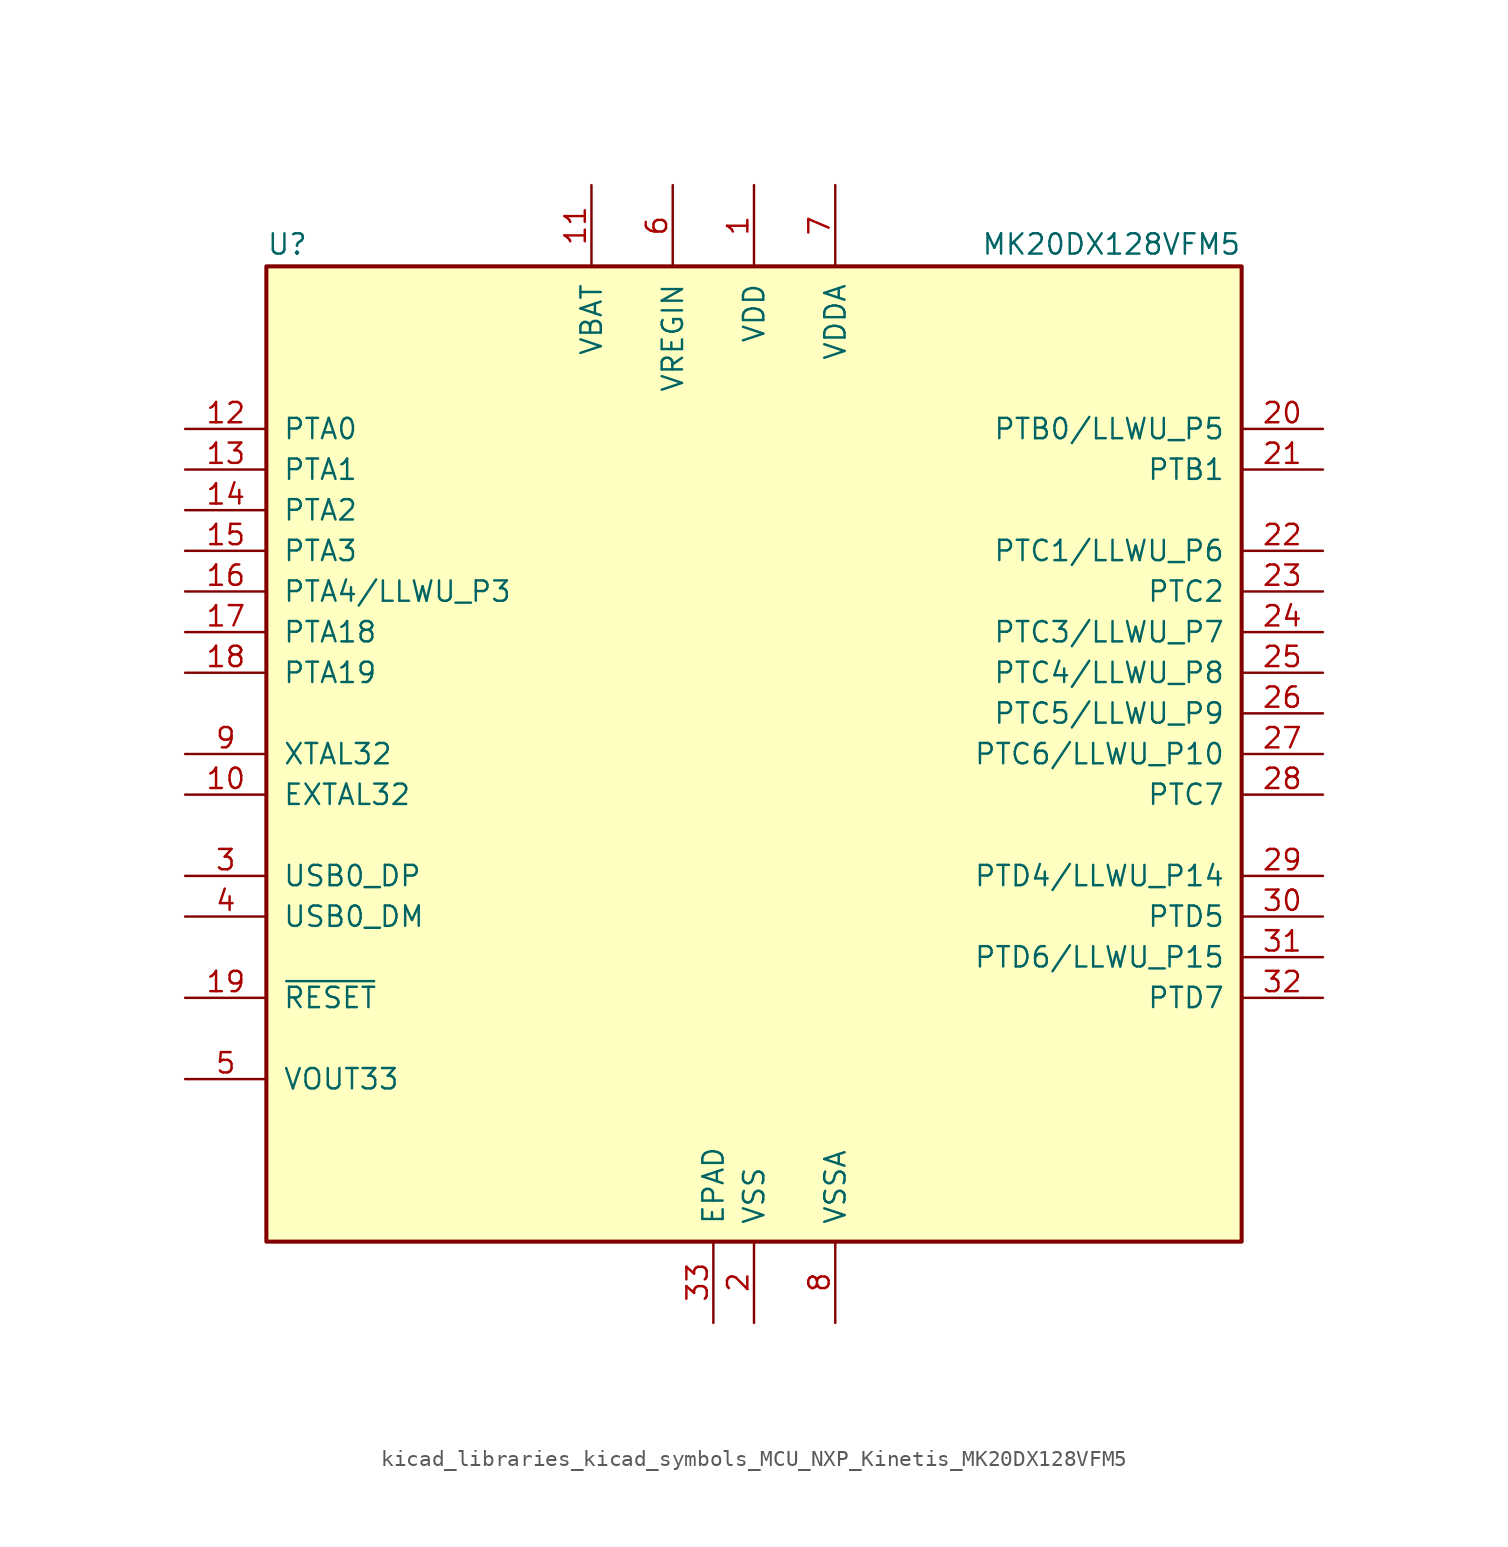
<source format=kicad_sym>
(kicad_symbol_lib
  (version 20220914)
  (generator kicad_symbol_editor)
  (symbol "kicad_libraries_kicad_symbols_MCU_NXP_Kinetis_MK20DX128VFM5"
    (pin_names
      (offset 1.016))
    (property "Reference" "U"
      (at -30.48 31.115 0)
      (effects (font (size 1.27 1.27)) (justify left bottom)))
    (property "Value" "MK20DX128VFM5"
      (at 30.48 31.115 0)
      (effects (font (size 1.27 1.27)) (justify right bottom)))
    (symbol "kicad_libraries_kicad_symbols_MCU_NXP_Kinetis_MK20DX128VFM5_0_1"
      (rectangle (start -30.48 30.48) (end 30.48 -30.48) (stroke (width 0.254) (type default)) (fill (type background)))
      (pin power_in line (at 0 35.56 270) (length 5.08) (name "VDD" (effects (font (size 1.27 1.27)))) (number "1" (effects (font (size 1.27 1.27)))))
      (pin input line (at -35.56 -2.54 0) (length 5.08) (name "EXTAL32" (effects (font (size 1.27 1.27)))) (number "10" (effects (font (size 1.27 1.27)))))
      (pin power_in line (at -10.16 35.56 270) (length 5.08) (name "VBAT" (effects (font (size 1.27 1.27)))) (number "11" (effects (font (size 1.27 1.27)))))
      (pin bidirectional line (at -35.56 20.32 0) (length 5.08) (name "PTA0" (effects (font (size 1.27 1.27)))) (number "12" (effects (font (size 1.27 1.27)))))
      (pin bidirectional line (at -35.56 17.78 0) (length 5.08) (name "PTA1" (effects (font (size 1.27 1.27)))) (number "13" (effects (font (size 1.27 1.27)))))
      (pin bidirectional line (at -35.56 15.24 0) (length 5.08) (name "PTA2" (effects (font (size 1.27 1.27)))) (number "14" (effects (font (size 1.27 1.27)))))
      (pin bidirectional line (at -35.56 12.7 0) (length 5.08) (name "PTA3" (effects (font (size 1.27 1.27)))) (number "15" (effects (font (size 1.27 1.27)))))
      (pin bidirectional line (at -35.56 10.16 0) (length 5.08) (name "PTA4/LLWU_P3" (effects (font (size 1.27 1.27)))) (number "16" (effects (font (size 1.27 1.27)))))
      (pin bidirectional line (at -35.56 7.62 0) (length 5.08) (name "PTA18" (effects (font (size 1.27 1.27)))) (number "17" (effects (font (size 1.27 1.27)))))
      (pin bidirectional line (at -35.56 5.08 0) (length 5.08) (name "PTA19" (effects (font (size 1.27 1.27)))) (number "18" (effects (font (size 1.27 1.27)))))
      (pin input line (at -35.56 -15.24 0) (length 5.08) (name "~{RESET}" (effects (font (size 1.27 1.27)))) (number "19" (effects (font (size 1.27 1.27)))))
      (pin power_in line (at 0 -35.56 90) (length 5.08) (name "VSS" (effects (font (size 1.27 1.27)))) (number "2" (effects (font (size 1.27 1.27)))))
      (pin bidirectional line (at 35.56 20.32 180) (length 5.08) (name "PTB0/LLWU_P5" (effects (font (size 1.27 1.27)))) (number "20" (effects (font (size 1.27 1.27)))))
      (pin bidirectional line (at 35.56 17.78 180) (length 5.08) (name "PTB1" (effects (font (size 1.27 1.27)))) (number "21" (effects (font (size 1.27 1.27)))))
      (pin bidirectional line (at 35.56 12.7 180) (length 5.08) (name "PTC1/LLWU_P6" (effects (font (size 1.27 1.27)))) (number "22" (effects (font (size 1.27 1.27)))))
      (pin bidirectional line (at 35.56 10.16 180) (length 5.08) (name "PTC2" (effects (font (size 1.27 1.27)))) (number "23" (effects (font (size 1.27 1.27)))))
      (pin bidirectional line (at 35.56 7.62 180) (length 5.08) (name "PTC3/LLWU_P7" (effects (font (size 1.27 1.27)))) (number "24" (effects (font (size 1.27 1.27)))))
      (pin bidirectional line (at 35.56 5.08 180) (length 5.08) (name "PTC4/LLWU_P8" (effects (font (size 1.27 1.27)))) (number "25" (effects (font (size 1.27 1.27)))))
      (pin bidirectional line (at 35.56 2.54 180) (length 5.08) (name "PTC5/LLWU_P9" (effects (font (size 1.27 1.27)))) (number "26" (effects (font (size 1.27 1.27)))))
      (pin bidirectional line (at 35.56 0 180) (length 5.08) (name "PTC6/LLWU_P10" (effects (font (size 1.27 1.27)))) (number "27" (effects (font (size 1.27 1.27)))))
      (pin bidirectional line (at 35.56 -2.54 180) (length 5.08) (name "PTC7" (effects (font (size 1.27 1.27)))) (number "28" (effects (font (size 1.27 1.27)))))
      (pin bidirectional line (at 35.56 -7.62 180) (length 5.08) (name "PTD4/LLWU_P14" (effects (font (size 1.27 1.27)))) (number "29" (effects (font (size 1.27 1.27)))))
      (pin bidirectional line (at -35.56 -7.62 0) (length 5.08) (name "USB0_DP" (effects (font (size 1.27 1.27)))) (number "3" (effects (font (size 1.27 1.27)))))
      (pin bidirectional line (at 35.56 -10.16 180) (length 5.08) (name "PTD5" (effects (font (size 1.27 1.27)))) (number "30" (effects (font (size 1.27 1.27)))))
      (pin bidirectional line (at 35.56 -12.7 180) (length 5.08) (name "PTD6/LLWU_P15" (effects (font (size 1.27 1.27)))) (number "31" (effects (font (size 1.27 1.27)))))
      (pin bidirectional line (at 35.56 -15.24 180) (length 5.08) (name "PTD7" (effects (font (size 1.27 1.27)))) (number "32" (effects (font (size 1.27 1.27)))))
      (pin power_out line (at -35.56 -20.32 0) (length 5.08) (name "VOUT33" (effects (font (size 1.27 1.27)))) (number "5" (effects (font (size 1.27 1.27)))))
      (pin power_in line (at -5.08 35.56 270) (length 5.08) (name "VREGIN" (effects (font (size 1.27 1.27)))) (number "6" (effects (font (size 1.27 1.27)))))
      (pin power_in line (at 5.08 35.56 270) (length 5.08) (name "VDDA" (effects (font (size 1.27 1.27)))) (number "7" (effects (font (size 1.27 1.27)))))
      (pin power_in line (at 5.08 -35.56 90) (length 5.08) (name "VSSA" (effects (font (size 1.27 1.27)))) (number "8" (effects (font (size 1.27 1.27)))))
      (pin input line (at -35.56 0 0) (length 5.08) (name "XTAL32" (effects (font (size 1.27 1.27)))) (number "9" (effects (font (size 1.27 1.27))))))
    (symbol "kicad_libraries_kicad_symbols_MCU_NXP_Kinetis_MK20DX128VFM5_1_1"
      (pin power_in line (at -2.54 -35.56 90) (length 5.08) (name "EPAD" (effects (font (size 1.27 1.27)))) (number "33" (effects (font (size 1.27 1.27)))))
      (pin bidirectional line (at -35.56 -10.16 0) (length 5.08) (name "USB0_DM" (effects (font (size 1.27 1.27)))) (number "4" (effects (font (size 1.27 1.27))))))))
</source>
